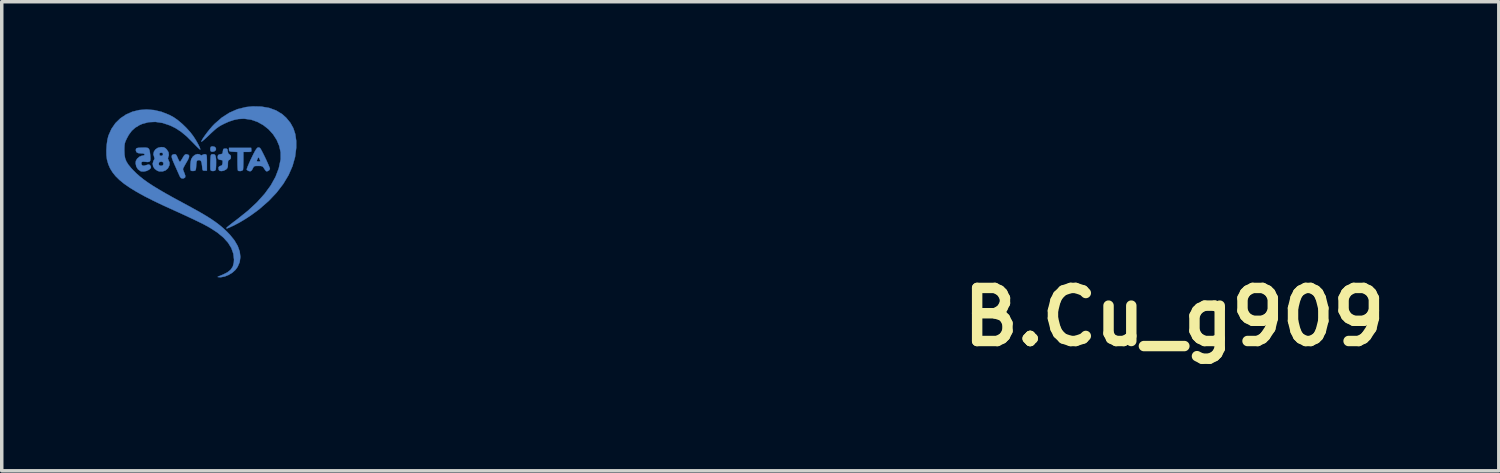
<source format=kicad_pcb>
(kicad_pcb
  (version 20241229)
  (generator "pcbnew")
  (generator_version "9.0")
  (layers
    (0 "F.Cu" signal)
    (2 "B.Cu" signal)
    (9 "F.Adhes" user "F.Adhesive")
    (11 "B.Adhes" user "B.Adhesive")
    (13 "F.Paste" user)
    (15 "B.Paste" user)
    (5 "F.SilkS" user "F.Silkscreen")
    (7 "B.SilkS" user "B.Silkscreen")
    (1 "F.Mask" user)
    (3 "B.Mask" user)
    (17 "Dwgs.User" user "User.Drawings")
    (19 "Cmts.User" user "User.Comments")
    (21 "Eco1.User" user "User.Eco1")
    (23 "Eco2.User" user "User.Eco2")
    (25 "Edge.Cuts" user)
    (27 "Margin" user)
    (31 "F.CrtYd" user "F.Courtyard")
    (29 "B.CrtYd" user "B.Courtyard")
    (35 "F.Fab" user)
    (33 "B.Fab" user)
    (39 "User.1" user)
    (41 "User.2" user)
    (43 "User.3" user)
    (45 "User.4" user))
  (footprint "B.Cu_g909"
    (layer "F.Cu")
    (at 30.673 6.054)
    (property "Reference" "B.Cu_g909" (at 0 0 0) (layer "F.SilkS") (effects (font (size 1.524 1.524) (thickness 0.3))))
    (attr through_hole)
    (fp_poly (pts (xy -27.556 -4.886) (xy -27.523 -4.851) (xy -27.522 -4.804) (xy -27.529 -4.789) (xy -27.565 -4.759) (xy -27.614 -4.745) (xy -27.657 -4.751) (xy -27.677 -4.77) (xy -27.684 -4.816) (xy -27.682 -4.851) (xy -27.667 -4.888) (xy -27.628 -4.9) (xy -27.614 -4.9) (xy -27.556 -4.886)) (stroke (width 0.01) (type solid)) (fill yes) (layer "B.Cu"))
    (fp_poly (pts (xy -27.579 -4.674) (xy -27.547 -4.654) (xy -27.528 -4.608) (xy -27.518 -4.531) (xy -27.517 -4.444) (xy -27.518 -4.356) (xy -27.522 -4.282) (xy -27.527 -4.234) (xy -27.53 -4.224) (xy -27.557 -4.201) (xy -27.605 -4.191) (xy -27.651 -4.198) (xy -27.677 -4.219) (xy -27.681 -4.251) (xy -27.683 -4.315) (xy -27.683 -4.4) (xy -27.682 -4.457) (xy -27.678 -4.553) (xy -27.674 -4.615) (xy -27.666 -4.65) (xy -27.653 -4.667) (xy -27.632 -4.673) (xy -27.627 -4.674) (xy -27.579 -4.674)) (stroke (width 0.01) (type solid)) (fill yes) (layer "B.Cu"))
    (fp_poly (pts (xy -26.505 -4.8) (xy -26.503 -4.766) (xy -26.514 -4.749) (xy -26.547 -4.742) (xy -26.613 -4.741) (xy -26.733 -4.741) (xy -26.733 -4.5) (xy -26.735 -4.4) (xy -26.738 -4.314) (xy -26.742 -4.252) (xy -26.746 -4.224) (xy -26.774 -4.202) (xy -26.822 -4.191) (xy -26.87 -4.195) (xy -26.889 -4.205) (xy -26.894 -4.231) (xy -26.899 -4.29) (xy -26.902 -4.374) (xy -26.903 -4.474) (xy -26.903 -4.479) (xy -26.903 -4.739) (xy -27.025 -4.746) (xy -27.093 -4.751) (xy -27.13 -4.76) (xy -27.144 -4.778) (xy -27.146 -4.805) (xy -27.146 -4.858) (xy -26.511 -4.858) (xy -26.505 -4.8)) (stroke (width 0.01) (type solid)) (fill yes) (layer "B.Cu"))
    (fp_poly (pts (xy -28.365 -4.673) (xy -28.315 -4.66) (xy -28.292 -4.632) (xy -28.296 -4.585) (xy -28.327 -4.513) (xy -28.371 -4.437) (xy -28.415 -4.361) (xy -28.448 -4.298) (xy -28.467 -4.257) (xy -28.469 -4.248) (xy -28.46 -4.215) (xy -28.439 -4.16) (xy -28.426 -4.13) (xy -28.401 -4.055) (xy -28.408 -4.006) (xy -28.448 -3.982) (xy -28.483 -3.979) (xy -28.521 -3.989) (xy -28.551 -4.024) (xy -28.573 -4.069) (xy -28.598 -4.126) (xy -28.635 -4.209) (xy -28.678 -4.306) (xy -28.712 -4.381) (xy -28.759 -4.491) (xy -28.786 -4.568) (xy -28.793 -4.62) (xy -28.78 -4.652) (xy -28.747 -4.669) (xy -28.719 -4.674) (xy -28.687 -4.673) (xy -28.662 -4.654) (xy -28.638 -4.61) (xy -28.618 -4.563) (xy -28.59 -4.503) (xy -28.566 -4.465) (xy -28.552 -4.457) (xy -28.533 -4.48) (xy -28.501 -4.529) (xy -28.475 -4.573) (xy -28.437 -4.635) (xy -28.406 -4.666) (xy -28.374 -4.674) (xy -28.365 -4.673)) (stroke (width 0.01) (type solid)) (fill yes) (layer "B.Cu"))
    (fp_poly (pts (xy -27.998 -4.674) (xy -27.966 -4.653) (xy -27.937 -4.64) (xy -27.91 -4.655) (xy -27.865 -4.673) (xy -27.83 -4.674) (xy -27.809 -4.669) (xy -27.795 -4.657) (xy -27.787 -4.63) (xy -27.783 -4.58) (xy -27.781 -4.5) (xy -27.781 -4.434) (xy -27.781 -4.202) (xy -27.845 -4.202) (xy -27.88 -4.204) (xy -27.9 -4.216) (xy -27.91 -4.248) (xy -27.917 -4.311) (xy -27.919 -4.333) (xy -27.931 -4.424) (xy -27.951 -4.479) (xy -27.982 -4.504) (xy -28.028 -4.505) (xy -28.054 -4.498) (xy -28.07 -4.479) (xy -28.08 -4.438) (xy -28.087 -4.367) (xy -28.088 -4.35) (xy -28.094 -4.272) (xy -28.103 -4.228) (xy -28.117 -4.206) (xy -28.143 -4.198) (xy -28.163 -4.195) (xy -28.213 -4.195) (xy -28.242 -4.204) (xy -28.253 -4.237) (xy -28.257 -4.298) (xy -28.255 -4.374) (xy -28.248 -4.451) (xy -28.235 -4.516) (xy -28.228 -4.538) (xy -28.185 -4.606) (xy -28.125 -4.655) (xy -28.059 -4.679) (xy -27.998 -4.674)) (stroke (width 0.01) (type solid)) (fill yes) (layer "B.Cu"))
    (fp_poly (pts (xy -27.21 -4.832) (xy -27.19 -4.81) (xy -27.182 -4.759) (xy -27.169 -4.7) (xy -27.14 -4.673) (xy -27.135 -4.671) (xy -27.103 -4.645) (xy -27.091 -4.599) (xy -27.099 -4.55) (xy -27.127 -4.518) (xy -27.136 -4.515) (xy -27.161 -4.501) (xy -27.174 -4.471) (xy -27.178 -4.413) (xy -27.178 -4.391) (xy -27.181 -4.321) (xy -27.195 -4.276) (xy -27.224 -4.243) (xy -27.234 -4.235) (xy -27.298 -4.202) (xy -27.36 -4.191) (xy -27.412 -4.197) (xy -27.437 -4.222) (xy -27.445 -4.245) (xy -27.447 -4.3) (xy -27.417 -4.332) (xy -27.379 -4.343) (xy -27.348 -4.36) (xy -27.333 -4.405) (xy -27.33 -4.429) (xy -27.329 -4.481) (xy -27.341 -4.504) (xy -27.373 -4.509) (xy -27.437 -4.521) (xy -27.468 -4.558) (xy -27.471 -4.606) (xy -27.459 -4.65) (xy -27.427 -4.669) (xy -27.396 -4.674) (xy -27.351 -4.683) (xy -27.33 -4.707) (xy -27.322 -4.758) (xy -27.314 -4.81) (xy -27.295 -4.832) (xy -27.253 -4.837) (xy -27.252 -4.837) (xy -27.21 -4.832)) (stroke (width 0.01) (type solid)) (fill yes) (layer "B.Cu"))
    (fp_poly (pts (xy -29.488 -4.858) (xy -29.45 -4.834) (xy -29.428 -4.787) (xy -29.416 -4.71) (xy -29.408 -4.635) (xy -29.403 -4.544) (xy -29.41 -4.487) (xy -29.436 -4.458) (xy -29.486 -4.451) (xy -29.551 -4.457) (xy -29.614 -4.462) (xy -29.647 -4.454) (xy -29.663 -4.432) (xy -29.661 -4.386) (xy -29.646 -4.363) (xy -29.62 -4.345) (xy -29.586 -4.344) (xy -29.53 -4.36) (xy -29.526 -4.361) (xy -29.469 -4.377) (xy -29.438 -4.377) (xy -29.415 -4.359) (xy -29.408 -4.35) (xy -29.387 -4.308) (xy -29.396 -4.273) (xy -29.44 -4.232) (xy -29.445 -4.229) (xy -29.514 -4.195) (xy -29.596 -4.178) (xy -29.67 -4.183) (xy -29.686 -4.189) (xy -29.76 -4.242) (xy -29.809 -4.321) (xy -29.828 -4.415) (xy -29.82 -4.483) (xy -29.783 -4.548) (xy -29.72 -4.602) (xy -29.646 -4.632) (xy -29.617 -4.635) (xy -29.579 -4.648) (xy -29.57 -4.667) (xy -29.581 -4.687) (xy -29.621 -4.697) (xy -29.673 -4.699) (xy -29.758 -4.708) (xy -29.806 -4.737) (xy -29.822 -4.787) (xy -29.82 -4.809) (xy -29.814 -4.833) (xy -29.797 -4.848) (xy -29.762 -4.857) (xy -29.699 -4.862) (xy -29.64 -4.864) (xy -29.549 -4.865) (xy -29.488 -4.858)) (stroke (width 0.01) (type solid)) (fill yes) (layer "B.Cu"))
    (fp_poly (pts (xy -26.271 -4.862) (xy -26.255 -4.852) (xy -26.237 -4.827) (xy -26.206 -4.772) (xy -26.166 -4.694) (xy -26.121 -4.604) (xy -26.076 -4.509) (xy -26.035 -4.418) (xy -26.001 -4.339) (xy -25.978 -4.281) (xy -25.971 -4.255) (xy -25.989 -4.22) (xy -26.024 -4.195) (xy -26.059 -4.183) (xy -26.084 -4.192) (xy -26.113 -4.228) (xy -26.131 -4.255) (xy -26.162 -4.302) (xy -26.192 -4.327) (xy -26.232 -4.337) (xy -26.3 -4.339) (xy -26.308 -4.339) (xy -26.378 -4.338) (xy -26.419 -4.33) (xy -26.441 -4.31) (xy -26.458 -4.276) (xy -26.493 -4.212) (xy -26.531 -4.186) (xy -26.578 -4.192) (xy -26.62 -4.215) (xy -26.637 -4.231) (xy -26.633 -4.257) (xy -26.613 -4.314) (xy -26.579 -4.394) (xy -26.535 -4.492) (xy -26.533 -4.497) (xy -26.347 -4.497) (xy -26.344 -4.473) (xy -26.31 -4.466) (xy -26.3 -4.466) (xy -26.26 -4.469) (xy -26.247 -4.476) (xy -26.255 -4.5) (xy -26.272 -4.54) (xy -26.297 -4.595) (xy -26.324 -4.547) (xy -26.347 -4.497) (xy -26.533 -4.497) (xy -26.503 -4.561) (xy -26.443 -4.684) (xy -26.396 -4.772) (xy -26.359 -4.829) (xy -26.329 -4.861) (xy -26.3 -4.87) (xy -26.271 -4.862)) (stroke (width 0.01) (type solid)) (fill yes) (layer "B.Cu"))
    (fp_poly (pts (xy -29.023 -4.874) (xy -28.976 -4.851) (xy -28.933 -4.81) (xy -28.883 -4.73) (xy -28.874 -4.649) (xy -28.892 -4.593) (xy -28.901 -4.549) (xy -28.878 -4.493) (xy -28.878 -4.491) (xy -28.854 -4.435) (xy -28.856 -4.375) (xy -28.862 -4.349) (xy -28.902 -4.268) (xy -28.97 -4.21) (xy -29.056 -4.18) (xy -29.15 -4.182) (xy -29.202 -4.199) (xy -29.277 -4.252) (xy -29.324 -4.324) (xy -29.338 -4.405) (xy -29.334 -4.417) (xy -29.166 -4.417) (xy -29.159 -4.369) (xy -29.129 -4.345) (xy -29.088 -4.343) (xy -29.045 -4.356) (xy -29.03 -4.391) (xy -29.03 -4.403) (xy -29.039 -4.443) (xy -29.075 -4.46) (xy -29.088 -4.462) (xy -29.142 -4.453) (xy -29.166 -4.417) (xy -29.334 -4.417) (xy -29.316 -4.484) (xy -29.304 -4.503) (xy -29.283 -4.551) (xy -29.294 -4.591) (xy -29.316 -4.672) (xy -29.315 -4.68) (xy -29.146 -4.68) (xy -29.134 -4.641) (xy -29.12 -4.63) (xy -29.072 -4.629) (xy -29.044 -4.66) (xy -29.041 -4.68) (xy -29.054 -4.712) (xy -29.094 -4.72) (xy -29.135 -4.71) (xy -29.146 -4.68) (xy -29.315 -4.68) (xy -29.302 -4.749) (xy -29.257 -4.814) (xy -29.187 -4.86) (xy -29.097 -4.879) (xy -29.09 -4.879) (xy -29.023 -4.874)) (stroke (width 0.01) (type solid)) (fill yes) (layer "B.Cu"))
    (fp_poly (pts (xy -26.217 -6.043) (xy -25.992 -6.004) (xy -25.792 -5.931) (xy -25.617 -5.824) (xy -25.501 -5.719) (xy -25.383 -5.575) (xy -25.298 -5.421) (xy -25.243 -5.252) (xy -25.216 -5.06) (xy -25.216 -4.858) (xy -25.249 -4.596) (xy -25.323 -4.334) (xy -25.436 -4.075) (xy -25.589 -3.821) (xy -25.779 -3.573) (xy -26.006 -3.334) (xy -26.268 -3.105) (xy -26.318 -3.066) (xy -26.49 -2.94) (xy -26.671 -2.819) (xy -26.85 -2.712) (xy -27.014 -2.626) (xy -27.047 -2.611) (xy -27.129 -2.573) (xy -27.18 -2.552) (xy -27.207 -2.543) (xy -27.218 -2.545) (xy -27.22 -2.557) (xy -27.22 -2.558) (xy -27.204 -2.576) (xy -27.159 -2.614) (xy -27.091 -2.669) (xy -27.004 -2.736) (xy -26.904 -2.811) (xy -26.903 -2.812) (xy -26.602 -3.053) (xy -26.342 -3.295) (xy -26.123 -3.538) (xy -25.946 -3.781) (xy -25.81 -4.026) (xy -25.717 -4.27) (xy -25.665 -4.515) (xy -25.662 -4.544) (xy -25.663 -4.73) (xy -25.703 -4.913) (xy -25.776 -5.086) (xy -25.879 -5.246) (xy -26.008 -5.389) (xy -26.159 -5.509) (xy -26.327 -5.603) (xy -26.508 -5.666) (xy -26.698 -5.693) (xy -26.737 -5.694) (xy -26.877 -5.686) (xy -27.012 -5.658) (xy -27.156 -5.609) (xy -27.279 -5.554) (xy -27.364 -5.511) (xy -27.436 -5.468) (xy -27.505 -5.419) (xy -27.58 -5.355) (xy -27.671 -5.271) (xy -27.708 -5.235) (xy -27.788 -5.16) (xy -27.856 -5.098) (xy -27.907 -5.055) (xy -27.935 -5.035) (xy -27.94 -5.036) (xy -27.927 -5.074) (xy -27.891 -5.136) (xy -27.837 -5.214) (xy -27.771 -5.303) (xy -27.699 -5.393) (xy -27.626 -5.478) (xy -27.561 -5.546) (xy -27.352 -5.728) (xy -27.133 -5.868) (xy -26.902 -5.969) (xy -26.658 -6.029) (xy -26.467 -6.049) (xy -26.217 -6.043)) (stroke (width 0.01) (type solid)) (fill yes) (layer "B.Cu"))
    (fp_poly (pts (xy -29.301 -5.943) (xy -29.082 -5.892) (xy -28.864 -5.805) (xy -28.73 -5.733) (xy -28.619 -5.655) (xy -28.496 -5.552) (xy -28.373 -5.433) (xy -28.261 -5.31) (xy -28.176 -5.199) (xy -28.118 -5.111) (xy -28.065 -5.021) (xy -28.02 -4.939) (xy -27.988 -4.87) (xy -27.972 -4.823) (xy -27.973 -4.807) (xy -27.99 -4.818) (xy -28.031 -4.855) (xy -28.089 -4.912) (xy -28.16 -4.985) (xy -28.188 -5.014) (xy -28.36 -5.186) (xy -28.524 -5.322) (xy -28.686 -5.427) (xy -28.836 -5.5) (xy -29.053 -5.573) (xy -29.26 -5.604) (xy -29.456 -5.595) (xy -29.641 -5.545) (xy -29.712 -5.514) (xy -29.837 -5.439) (xy -29.938 -5.349) (xy -30.024 -5.233) (xy -30.084 -5.122) (xy -30.117 -5.052) (xy -30.137 -4.994) (xy -30.147 -4.932) (xy -30.151 -4.852) (xy -30.152 -4.784) (xy -30.147 -4.661) (xy -30.13 -4.559) (xy -30.095 -4.468) (xy -30.038 -4.377) (xy -29.956 -4.277) (xy -29.893 -4.21) (xy -29.805 -4.123) (xy -29.709 -4.038) (xy -29.601 -3.952) (xy -29.477 -3.863) (xy -29.334 -3.769) (xy -29.167 -3.667) (xy -28.974 -3.554) (xy -28.75 -3.429) (xy -28.492 -3.289) (xy -28.437 -3.26) (xy -28.197 -3.129) (xy -27.99 -3.014) (xy -27.813 -2.91) (xy -27.66 -2.814) (xy -27.528 -2.723) (xy -27.412 -2.635) (xy -27.306 -2.545) (xy -27.207 -2.452) (xy -27.122 -2.364) (xy -26.991 -2.202) (xy -26.896 -2.04) (xy -26.839 -1.88) (xy -26.82 -1.725) (xy -26.84 -1.577) (xy -26.899 -1.44) (xy -26.959 -1.357) (xy -27.046 -1.277) (xy -27.154 -1.21) (xy -27.27 -1.163) (xy -27.377 -1.143) (xy -27.388 -1.143) (xy -27.442 -1.145) (xy -27.471 -1.149) (xy -27.473 -1.151) (xy -27.45 -1.163) (xy -27.399 -1.186) (xy -27.33 -1.214) (xy -27.327 -1.215) (xy -27.193 -1.282) (xy -27.097 -1.359) (xy -27.036 -1.452) (xy -27.007 -1.566) (xy -27.002 -1.651) (xy -27.022 -1.82) (xy -27.079 -1.981) (xy -27.174 -2.135) (xy -27.308 -2.283) (xy -27.481 -2.426) (xy -27.696 -2.565) (xy -27.87 -2.661) (xy -27.973 -2.712) (xy -28.105 -2.776) (xy -28.257 -2.848) (xy -28.419 -2.924) (xy -28.583 -2.999) (xy -28.691 -3.048) (xy -29.023 -3.199) (xy -29.317 -3.339) (xy -29.575 -3.47) (xy -29.799 -3.594) (xy -29.992 -3.712) (xy -30.156 -3.825) (xy -30.292 -3.936) (xy -30.404 -4.046) (xy -30.493 -4.158) (xy -30.562 -4.271) (xy -30.613 -4.389) (xy -30.648 -4.513) (xy -30.651 -4.525) (xy -30.666 -4.647) (xy -30.668 -4.793) (xy -30.658 -4.946) (xy -30.638 -5.091) (xy -30.609 -5.207) (xy -30.523 -5.401) (xy -30.408 -5.568) (xy -30.266 -5.706) (xy -30.102 -5.816) (xy -29.92 -5.896) (xy -29.723 -5.944) (xy -29.516 -5.96) (xy -29.301 -5.943)) (stroke (width 0.01) (type solid)) (fill yes) (layer "B.Cu")))
  (gr_rect
    (start -3 -3)
    (end 39.994 10.472)
    (stroke (width 0.1) (type default))
    (fill no)
    (layer "Edge.Cuts")))
</source>
